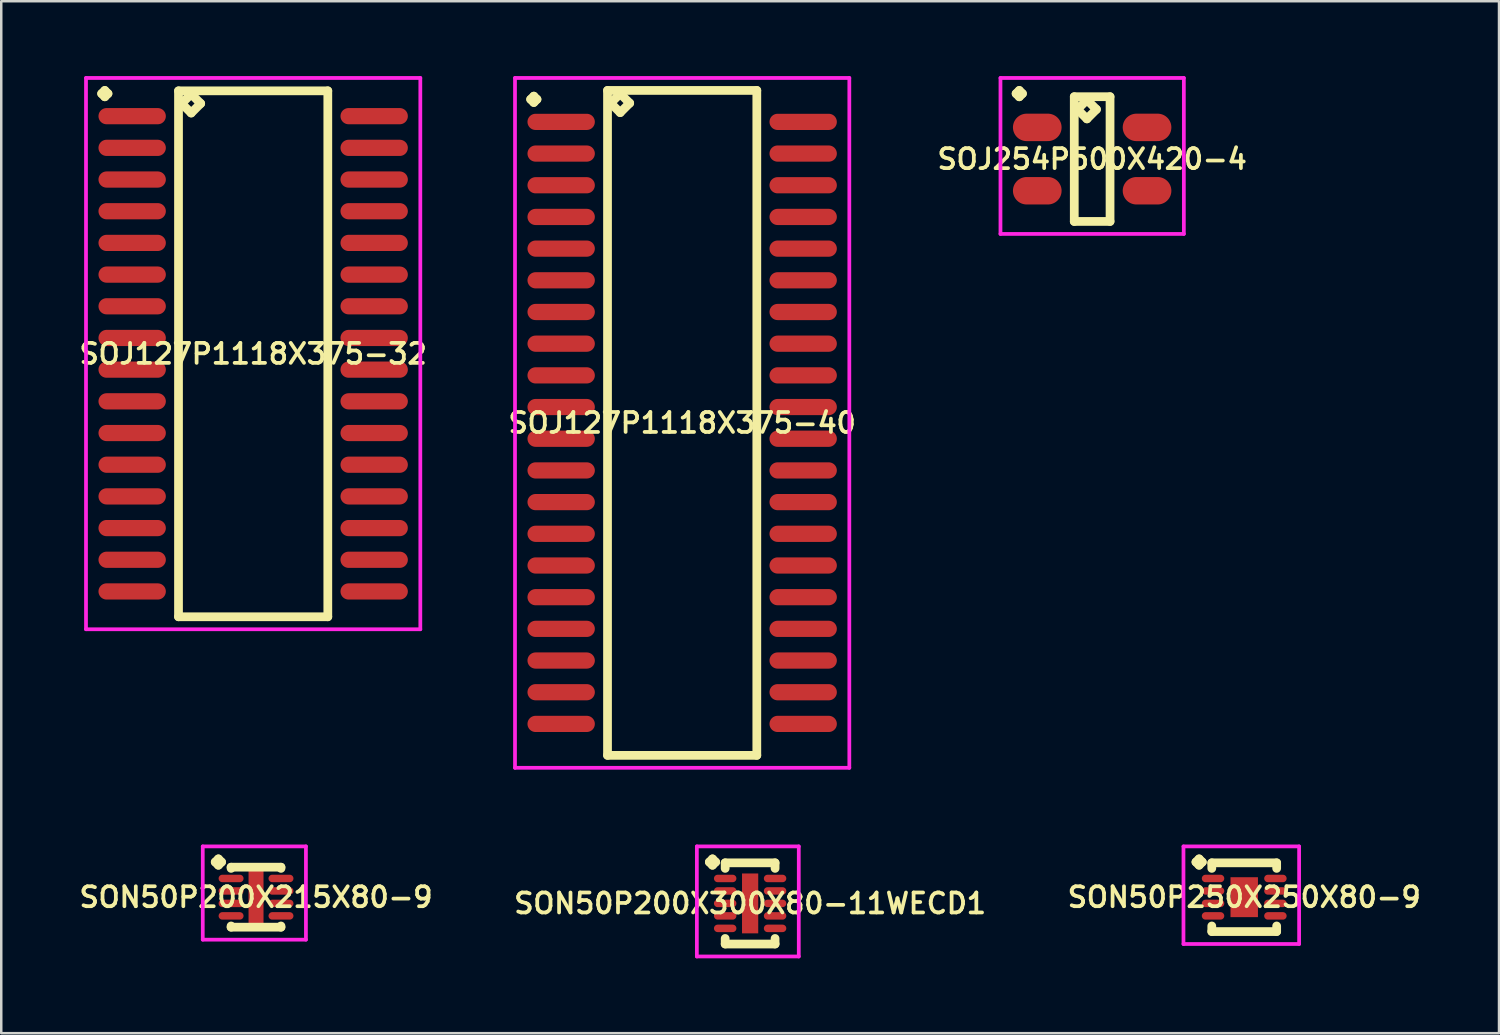
<source format=kicad_pcb>
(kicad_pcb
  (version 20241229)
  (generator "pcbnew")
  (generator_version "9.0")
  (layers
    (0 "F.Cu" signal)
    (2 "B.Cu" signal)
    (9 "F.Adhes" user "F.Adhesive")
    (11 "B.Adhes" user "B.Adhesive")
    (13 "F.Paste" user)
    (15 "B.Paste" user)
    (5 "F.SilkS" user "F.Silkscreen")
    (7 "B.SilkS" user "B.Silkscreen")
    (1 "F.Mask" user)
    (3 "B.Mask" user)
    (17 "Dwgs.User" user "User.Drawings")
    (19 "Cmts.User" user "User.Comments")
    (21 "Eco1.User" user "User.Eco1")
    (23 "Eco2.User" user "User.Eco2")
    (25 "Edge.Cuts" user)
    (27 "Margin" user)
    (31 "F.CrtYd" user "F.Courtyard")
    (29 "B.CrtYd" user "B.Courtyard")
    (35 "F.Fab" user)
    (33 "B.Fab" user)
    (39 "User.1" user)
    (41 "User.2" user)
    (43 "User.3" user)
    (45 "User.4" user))
  (footprint "SOJ254P500X420-4"
    (layer "F.Cu")
    (at 40.725 3.326)
    (property "Reference" "SOJ254P500X420-4" (at 0 0 0) (layer "F.SilkS") (effects (font (size 0.8 0.8) (thickness 0.15))))
    (attr through_hole)
    (fp_line (start -3.048 -2.624) (end -2.921 -2.751) (stroke (width 0.35) (type solid)) (layer "F.SilkS"))
    (fp_line (start -2.921 -2.751) (end -2.794 -2.624) (stroke (width 0.35) (type solid)) (layer "F.SilkS"))
    (fp_line (start -2.921 -2.497) (end -3.048 -2.624) (stroke (width 0.35) (type solid)) (layer "F.SilkS"))
    (fp_line (start -2.794 -2.624) (end -2.921 -2.497) (stroke (width 0.35) (type solid)) (layer "F.SilkS"))
    (fp_line (start -0.717 -2.5) (end -0.717 2.5) (stroke (width 0.35) (type solid)) (layer "F.SilkS"))
    (fp_line (start -0.717 2.5) (end 0.717 2.5) (stroke (width 0.35) (type solid)) (layer "F.SilkS"))
    (fp_line (start -0.59 -1.992) (end -0.209 -2.373) (stroke (width 0.35) (type solid)) (layer "F.SilkS"))
    (fp_line (start -0.209 -2.373) (end 0.172 -1.992) (stroke (width 0.35) (type solid)) (layer "F.SilkS"))
    (fp_line (start -0.209 -1.611) (end -0.59 -1.992) (stroke (width 0.35) (type solid)) (layer "F.SilkS"))
    (fp_line (start 0.172 -1.992) (end -0.209 -1.611) (stroke (width 0.35) (type solid)) (layer "F.SilkS"))
    (fp_line (start 0.717 -2.5) (end -0.717 -2.5) (stroke (width 0.35) (type solid)) (layer "F.SilkS"))
    (fp_line (start 0.717 2.5) (end 0.717 -2.5) (stroke (width 0.35) (type solid)) (layer "F.SilkS"))
    (fp_line (start -3.675 -3.251) (end 3.675 -3.251) (stroke (width 0.15) (type solid)) (layer "F.CrtYd"))
    (fp_line (start -3.675 3) (end -3.675 -3.251) (stroke (width 0.15) (type solid)) (layer "F.CrtYd"))
    (fp_line (start 3.675 -3.251) (end 3.675 3) (stroke (width 0.15) (type solid)) (layer "F.CrtYd"))
    (fp_line (start 3.675 3) (end -3.675 3) (stroke (width 0.15) (type solid)) (layer "F.CrtYd"))
    (pad "1" smd oval (at -2.2 -1.27) (size 1.95 1.1) (layers "F.Cu" "F.Mask" "F.Paste"))
    (pad "2" smd oval (at -2.2 1.27) (size 1.95 1.1) (layers "F.Cu" "F.Mask" "F.Paste"))
    (pad "3" smd oval (at 2.2 1.27) (size 1.95 1.1) (layers "F.Cu" "F.Mask" "F.Paste"))
    (pad "4" smd oval (at 2.2 -1.27) (size 1.95 1.1) (layers "F.Cu" "F.Mask" "F.Paste")))
  (footprint "SON50P250X250X80-9"
    (layer "F.Cu")
    (at 46.82 32.91)
    (property "Reference" "SON50P250X250X80-9" (at 0 0 0) (layer "F.SilkS") (effects (font (size 0.8 0.8) (thickness 0.15))))
    (attr through_hole)
    (fp_line (start -1.935 -1.408) (end -1.808 -1.535) (stroke (width 0.35) (type solid)) (layer "F.SilkS"))
    (fp_line (start -1.808 -1.535) (end -1.681 -1.408) (stroke (width 0.35) (type solid)) (layer "F.SilkS"))
    (fp_line (start -1.808 -1.281) (end -1.935 -1.408) (stroke (width 0.35) (type solid)) (layer "F.SilkS"))
    (fp_line (start -1.681 -1.408) (end -1.808 -1.281) (stroke (width 0.35) (type solid)) (layer "F.SilkS"))
    (fp_line (start -1.3 -1.377) (end 1.3 -1.377) (stroke (width 0.35) (type solid)) (layer "F.SilkS"))
    (fp_line (start -1.3 -1.154) (end -1.3 -1.377) (stroke (width 0.35) (type solid)) (layer "F.SilkS"))
    (fp_line (start -1.3 1.154) (end -1.3 1.377) (stroke (width 0.35) (type solid)) (layer "F.SilkS"))
    (fp_line (start -1.3 1.377) (end 1.3 1.377) (stroke (width 0.35) (type solid)) (layer "F.SilkS"))
    (fp_line (start 1.3 -1.377) (end 1.3 -1.154) (stroke (width 0.35) (type solid)) (layer "F.SilkS"))
    (fp_line (start 1.3 1.377) (end 1.3 1.154) (stroke (width 0.35) (type solid)) (layer "F.SilkS"))
    (fp_line (start -2.435 -2.035) (end 2.2 -2.035) (stroke (width 0.15) (type solid)) (layer "F.CrtYd"))
    (fp_line (start -2.435 1.877) (end -2.435 -2.035) (stroke (width 0.15) (type solid)) (layer "F.CrtYd"))
    (fp_line (start 2.2 -2.035) (end 2.2 1.877) (stroke (width 0.15) (type solid)) (layer "F.CrtYd"))
    (fp_line (start 2.2 1.877) (end -2.435 1.877) (stroke (width 0.15) (type solid)) (layer "F.CrtYd"))
    (pad "1" smd oval (at -1.25 -0.75) (size 0.9 0.3) (layers "F.Cu" "F.Mask" "F.Paste"))
    (pad "2" smd oval (at -1.25 -0.25) (size 0.9 0.3) (layers "F.Cu" "F.Mask" "F.Paste"))
    (pad "3" smd oval (at -1.25 0.25) (size 0.9 0.3) (layers "F.Cu" "F.Mask" "F.Paste"))
    (pad "4" smd oval (at -1.25 0.75) (size 0.9 0.3) (layers "F.Cu" "F.Mask" "F.Paste"))
    (pad "5" smd oval (at 1.25 0.75) (size 0.9 0.3) (layers "F.Cu" "F.Mask" "F.Paste"))
    (pad "6" smd oval (at 1.25 0.25) (size 0.9 0.3) (layers "F.Cu" "F.Mask" "F.Paste"))
    (pad "7" smd oval (at 1.25 -0.25) (size 0.9 0.3) (layers "F.Cu" "F.Mask" "F.Paste"))
    (pad "8" smd oval (at 1.25 -0.75) (size 0.9 0.3) (layers "F.Cu" "F.Mask" "F.Paste"))
    (pad "9" smd rect (at 0 0) (size 1.1 1.6) (layers "F.Cu" "F.Mask" "F.Paste")))
  (footprint "SOJ127P1118X375-32"
    (layer "F.Cu")
    (at 7.097 11.131)
    (property "Reference" "SOJ127P1118X375-32" (at 0 0 0) (layer "F.SilkS") (effects (font (size 0.8 0.8) (thickness 0.15))))
    (attr smd)
    (fp_line (start -6.073 -10.429) (end -5.946 -10.556) (stroke (width 0.35) (type solid)) (layer "F.SilkS"))
    (fp_line (start -5.946 -10.556) (end -5.819 -10.429) (stroke (width 0.35) (type solid)) (layer "F.SilkS"))
    (fp_line (start -5.946 -10.302) (end -6.073 -10.429) (stroke (width 0.35) (type solid)) (layer "F.SilkS"))
    (fp_line (start -5.819 -10.429) (end -5.946 -10.302) (stroke (width 0.35) (type solid)) (layer "F.SilkS"))
    (fp_line (start -2.992 -10.54) (end -2.992 10.54) (stroke (width 0.35) (type solid)) (layer "F.SilkS"))
    (fp_line (start -2.992 10.54) (end 2.992 10.54) (stroke (width 0.35) (type solid)) (layer "F.SilkS"))
    (fp_line (start -2.865 -10.032) (end -2.484 -10.413) (stroke (width 0.35) (type solid)) (layer "F.SilkS"))
    (fp_line (start -2.484 -10.413) (end -2.103 -10.032) (stroke (width 0.35) (type solid)) (layer "F.SilkS"))
    (fp_line (start -2.484 -9.651) (end -2.865 -10.032) (stroke (width 0.35) (type solid)) (layer "F.SilkS"))
    (fp_line (start -2.103 -10.032) (end -2.484 -9.651) (stroke (width 0.35) (type solid)) (layer "F.SilkS"))
    (fp_line (start 2.992 -10.54) (end -2.992 -10.54) (stroke (width 0.35) (type solid)) (layer "F.SilkS"))
    (fp_line (start 2.992 10.54) (end 2.992 -10.54) (stroke (width 0.35) (type solid)) (layer "F.SilkS"))
    (fp_line (start -6.7 -11.056) (end 6.7 -11.056) (stroke (width 0.15) (type solid)) (layer "F.CrtYd"))
    (fp_line (start -6.7 11.04) (end -6.7 -11.056) (stroke (width 0.15) (type solid)) (layer "F.CrtYd"))
    (fp_line (start 6.7 -11.056) (end 6.7 11.04) (stroke (width 0.15) (type solid)) (layer "F.CrtYd"))
    (fp_line (start 6.7 11.04) (end -6.7 11.04) (stroke (width 0.15) (type solid)) (layer "F.CrtYd"))
    (pad "1" smd oval (at -4.85 -9.525) (size 2.7 0.65) (layers "F.Cu" "F.Mask" "F.Paste"))
    (pad "2" smd oval (at -4.85 -8.255) (size 2.7 0.65) (layers "F.Cu" "F.Mask" "F.Paste"))
    (pad "3" smd oval (at -4.85 -6.985) (size 2.7 0.65) (layers "F.Cu" "F.Mask" "F.Paste"))
    (pad "4" smd oval (at -4.85 -5.715) (size 2.7 0.65) (layers "F.Cu" "F.Mask" "F.Paste"))
    (pad "5" smd oval (at -4.85 -4.445) (size 2.7 0.65) (layers "F.Cu" "F.Mask" "F.Paste"))
    (pad "6" smd oval (at -4.85 -3.175) (size 2.7 0.65) (layers "F.Cu" "F.Mask" "F.Paste"))
    (pad "7" smd oval (at -4.85 -1.905) (size 2.7 0.65) (layers "F.Cu" "F.Mask" "F.Paste"))
    (pad "8" smd oval (at -4.85 -0.635) (size 2.7 0.65) (layers "F.Cu" "F.Mask" "F.Paste"))
    (pad "9" smd oval (at -4.85 0.635) (size 2.7 0.65) (layers "F.Cu" "F.Mask" "F.Paste"))
    (pad "10" smd oval (at -4.85 1.905) (size 2.7 0.65) (layers "F.Cu" "F.Mask" "F.Paste"))
    (pad "11" smd oval (at -4.85 3.175) (size 2.7 0.65) (layers "F.Cu" "F.Mask" "F.Paste"))
    (pad "12" smd oval (at -4.85 4.445) (size 2.7 0.65) (layers "F.Cu" "F.Mask" "F.Paste"))
    (pad "13" smd oval (at -4.85 5.715) (size 2.7 0.65) (layers "F.Cu" "F.Mask" "F.Paste"))
    (pad "14" smd oval (at -4.85 6.985) (size 2.7 0.65) (layers "F.Cu" "F.Mask" "F.Paste"))
    (pad "15" smd oval (at -4.85 8.255) (size 2.7 0.65) (layers "F.Cu" "F.Mask" "F.Paste"))
    (pad "16" smd oval (at -4.85 9.525) (size 2.7 0.65) (layers "F.Cu" "F.Mask" "F.Paste"))
    (pad "17" smd oval (at 4.85 9.525) (size 2.7 0.65) (layers "F.Cu" "F.Mask" "F.Paste"))
    (pad "18" smd oval (at 4.85 8.255) (size 2.7 0.65) (layers "F.Cu" "F.Mask" "F.Paste"))
    (pad "19" smd oval (at 4.85 6.985) (size 2.7 0.65) (layers "F.Cu" "F.Mask" "F.Paste"))
    (pad "20" smd oval (at 4.85 5.715) (size 2.7 0.65) (layers "F.Cu" "F.Mask" "F.Paste"))
    (pad "21" smd oval (at 4.85 4.445) (size 2.7 0.65) (layers "F.Cu" "F.Mask" "F.Paste"))
    (pad "22" smd oval (at 4.85 3.175) (size 2.7 0.65) (layers "F.Cu" "F.Mask" "F.Paste"))
    (pad "23" smd oval (at 4.85 1.905) (size 2.7 0.65) (layers "F.Cu" "F.Mask" "F.Paste"))
    (pad "24" smd oval (at 4.85 0.635) (size 2.7 0.65) (layers "F.Cu" "F.Mask" "F.Paste"))
    (pad "25" smd oval (at 4.85 -0.635) (size 2.7 0.65) (layers "F.Cu" "F.Mask" "F.Paste"))
    (pad "26" smd oval (at 4.85 -1.905) (size 2.7 0.65) (layers "F.Cu" "F.Mask" "F.Paste"))
    (pad "27" smd oval (at 4.85 -3.175) (size 2.7 0.65) (layers "F.Cu" "F.Mask" "F.Paste"))
    (pad "28" smd oval (at 4.85 -4.445) (size 2.7 0.65) (layers "F.Cu" "F.Mask" "F.Paste"))
    (pad "29" smd oval (at 4.85 -5.715) (size 2.7 0.65) (layers "F.Cu" "F.Mask" "F.Paste"))
    (pad "30" smd oval (at 4.85 -6.985) (size 2.7 0.65) (layers "F.Cu" "F.Mask" "F.Paste"))
    (pad "31" smd oval (at 4.85 -8.255) (size 2.7 0.65) (layers "F.Cu" "F.Mask" "F.Paste"))
    (pad "32" smd oval (at 4.85 -9.525) (size 2.7 0.65) (layers "F.Cu" "F.Mask" "F.Paste")))
  (footprint "SOJ127P1118X375-40"
    (layer "F.Cu")
    (at 24.292 13.9)
    (property "Reference" "SOJ127P1118X375-40" (at 0 0 0) (layer "F.SilkS") (effects (font (size 0.8 0.8) (thickness 0.15))))
    (attr smd)
    (fp_line (start -6.073 -12.969) (end -5.946 -13.096) (stroke (width 0.35) (type solid)) (layer "F.SilkS"))
    (fp_line (start -5.946 -13.096) (end -5.819 -12.969) (stroke (width 0.35) (type solid)) (layer "F.SilkS"))
    (fp_line (start -5.946 -12.842) (end -6.073 -12.969) (stroke (width 0.35) (type solid)) (layer "F.SilkS"))
    (fp_line (start -5.819 -12.969) (end -5.946 -12.842) (stroke (width 0.35) (type solid)) (layer "F.SilkS"))
    (fp_line (start -2.992 -13.325) (end -2.992 13.325) (stroke (width 0.35) (type solid)) (layer "F.SilkS"))
    (fp_line (start -2.992 13.325) (end 2.992 13.325) (stroke (width 0.35) (type solid)) (layer "F.SilkS"))
    (fp_line (start -2.865 -12.817) (end -2.484 -13.198) (stroke (width 0.35) (type solid)) (layer "F.SilkS"))
    (fp_line (start -2.484 -13.198) (end -2.103 -12.817) (stroke (width 0.35) (type solid)) (layer "F.SilkS"))
    (fp_line (start -2.484 -12.436) (end -2.865 -12.817) (stroke (width 0.35) (type solid)) (layer "F.SilkS"))
    (fp_line (start -2.103 -12.817) (end -2.484 -12.436) (stroke (width 0.35) (type solid)) (layer "F.SilkS"))
    (fp_line (start 2.992 -13.325) (end -2.992 -13.325) (stroke (width 0.35) (type solid)) (layer "F.SilkS"))
    (fp_line (start 2.992 13.325) (end 2.992 -13.325) (stroke (width 0.35) (type solid)) (layer "F.SilkS"))
    (fp_line (start -6.7 -13.825) (end 6.7 -13.825) (stroke (width 0.15) (type solid)) (layer "F.CrtYd"))
    (fp_line (start -6.7 13.825) (end -6.7 -13.825) (stroke (width 0.15) (type solid)) (layer "F.CrtYd"))
    (fp_line (start 6.7 -13.825) (end 6.7 13.825) (stroke (width 0.15) (type solid)) (layer "F.CrtYd"))
    (fp_line (start 6.7 13.825) (end -6.7 13.825) (stroke (width 0.15) (type solid)) (layer "F.CrtYd"))
    (pad "1" smd oval (at -4.85 -12.065) (size 2.7 0.65) (layers "F.Cu" "F.Mask" "F.Paste"))
    (pad "2" smd oval (at -4.85 -10.795) (size 2.7 0.65) (layers "F.Cu" "F.Mask" "F.Paste"))
    (pad "3" smd oval (at -4.85 -9.525) (size 2.7 0.65) (layers "F.Cu" "F.Mask" "F.Paste"))
    (pad "4" smd oval (at -4.85 -8.255) (size 2.7 0.65) (layers "F.Cu" "F.Mask" "F.Paste"))
    (pad "5" smd oval (at -4.85 -6.985) (size 2.7 0.65) (layers "F.Cu" "F.Mask" "F.Paste"))
    (pad "6" smd oval (at -4.85 -5.715) (size 2.7 0.65) (layers "F.Cu" "F.Mask" "F.Paste"))
    (pad "7" smd oval (at -4.85 -4.445) (size 2.7 0.65) (layers "F.Cu" "F.Mask" "F.Paste"))
    (pad "8" smd oval (at -4.85 -3.175) (size 2.7 0.65) (layers "F.Cu" "F.Mask" "F.Paste"))
    (pad "9" smd oval (at -4.85 -1.905) (size 2.7 0.65) (layers "F.Cu" "F.Mask" "F.Paste"))
    (pad "10" smd oval (at -4.85 -0.635) (size 2.7 0.65) (layers "F.Cu" "F.Mask" "F.Paste"))
    (pad "11" smd oval (at -4.85 0.635) (size 2.7 0.65) (layers "F.Cu" "F.Mask" "F.Paste"))
    (pad "12" smd oval (at -4.85 1.905) (size 2.7 0.65) (layers "F.Cu" "F.Mask" "F.Paste"))
    (pad "13" smd oval (at -4.85 3.175) (size 2.7 0.65) (layers "F.Cu" "F.Mask" "F.Paste"))
    (pad "14" smd oval (at -4.85 4.445) (size 2.7 0.65) (layers "F.Cu" "F.Mask" "F.Paste"))
    (pad "15" smd oval (at -4.85 5.715) (size 2.7 0.65) (layers "F.Cu" "F.Mask" "F.Paste"))
    (pad "16" smd oval (at -4.85 6.985) (size 2.7 0.65) (layers "F.Cu" "F.Mask" "F.Paste"))
    (pad "17" smd oval (at -4.85 8.255) (size 2.7 0.65) (layers "F.Cu" "F.Mask" "F.Paste"))
    (pad "18" smd oval (at -4.85 9.525) (size 2.7 0.65) (layers "F.Cu" "F.Mask" "F.Paste"))
    (pad "19" smd oval (at -4.85 10.795) (size 2.7 0.65) (layers "F.Cu" "F.Mask" "F.Paste"))
    (pad "20" smd oval (at -4.85 12.065) (size 2.7 0.65) (layers "F.Cu" "F.Mask" "F.Paste"))
    (pad "21" smd oval (at 4.85 12.065) (size 2.7 0.65) (layers "F.Cu" "F.Mask" "F.Paste"))
    (pad "22" smd oval (at 4.85 10.795) (size 2.7 0.65) (layers "F.Cu" "F.Mask" "F.Paste"))
    (pad "23" smd oval (at 4.85 9.525) (size 2.7 0.65) (layers "F.Cu" "F.Mask" "F.Paste"))
    (pad "24" smd oval (at 4.85 8.255) (size 2.7 0.65) (layers "F.Cu" "F.Mask" "F.Paste"))
    (pad "25" smd oval (at 4.85 6.985) (size 2.7 0.65) (layers "F.Cu" "F.Mask" "F.Paste"))
    (pad "26" smd oval (at 4.85 5.715) (size 2.7 0.65) (layers "F.Cu" "F.Mask" "F.Paste"))
    (pad "27" smd oval (at 4.85 4.445) (size 2.7 0.65) (layers "F.Cu" "F.Mask" "F.Paste"))
    (pad "28" smd oval (at 4.85 3.175) (size 2.7 0.65) (layers "F.Cu" "F.Mask" "F.Paste"))
    (pad "29" smd oval (at 4.85 1.905) (size 2.7 0.65) (layers "F.Cu" "F.Mask" "F.Paste"))
    (pad "30" smd oval (at 4.85 0.635) (size 2.7 0.65) (layers "F.Cu" "F.Mask" "F.Paste"))
    (pad "31" smd oval (at 4.85 -0.635) (size 2.7 0.65) (layers "F.Cu" "F.Mask" "F.Paste"))
    (pad "32" smd oval (at 4.85 -1.905) (size 2.7 0.65) (layers "F.Cu" "F.Mask" "F.Paste"))
    (pad "33" smd oval (at 4.85 -3.175) (size 2.7 0.65) (layers "F.Cu" "F.Mask" "F.Paste"))
    (pad "34" smd oval (at 4.85 -4.445) (size 2.7 0.65) (layers "F.Cu" "F.Mask" "F.Paste"))
    (pad "35" smd oval (at 4.85 -5.715) (size 2.7 0.65) (layers "F.Cu" "F.Mask" "F.Paste"))
    (pad "36" smd oval (at 4.85 -6.985) (size 2.7 0.65) (layers "F.Cu" "F.Mask" "F.Paste"))
    (pad "37" smd oval (at 4.85 -8.255) (size 2.7 0.65) (layers "F.Cu" "F.Mask" "F.Paste"))
    (pad "38" smd oval (at 4.85 -9.525) (size 2.7 0.65) (layers "F.Cu" "F.Mask" "F.Paste"))
    (pad "39" smd oval (at 4.85 -10.795) (size 2.7 0.65) (layers "F.Cu" "F.Mask" "F.Paste"))
    (pad "40" smd oval (at 4.85 -12.065) (size 2.7 0.65) (layers "F.Cu" "F.Mask" "F.Paste")))
  (footprint "SON50P200X300X80-11WECD1"
    (layer "F.Cu")
    (at 27.016 33.16)
    (property "Reference" "SON50P200X300X80-11WECD1" (at 0 0 0) (layer "F.SilkS") (effects (font (size 0.8 0.8) (thickness 0.15))))
    (attr smd)
    (fp_line (start -1.635 -1.658) (end -1.508 -1.785) (stroke (width 0.35) (type solid)) (layer "F.SilkS"))
    (fp_line (start -1.508 -1.785) (end -1.381 -1.658) (stroke (width 0.35) (type solid)) (layer "F.SilkS"))
    (fp_line (start -1.508 -1.531) (end -1.635 -1.658) (stroke (width 0.35) (type solid)) (layer "F.SilkS"))
    (fp_line (start -1.381 -1.658) (end -1.508 -1.531) (stroke (width 0.35) (type solid)) (layer "F.SilkS"))
    (fp_line (start -1 -1.627) (end 1 -1.627) (stroke (width 0.35) (type solid)) (layer "F.SilkS"))
    (fp_line (start -1 -1.404) (end -1 -1.627) (stroke (width 0.35) (type solid)) (layer "F.SilkS"))
    (fp_line (start -1 1.404) (end -1 1.627) (stroke (width 0.35) (type solid)) (layer "F.SilkS"))
    (fp_line (start -1 1.627) (end 1 1.627) (stroke (width 0.35) (type solid)) (layer "F.SilkS"))
    (fp_line (start 1 -1.627) (end 1 -1.404) (stroke (width 0.35) (type solid)) (layer "F.SilkS"))
    (fp_line (start 1 1.627) (end 1 1.404) (stroke (width 0.35) (type solid)) (layer "F.SilkS"))
    (fp_line (start -2.135 -2.285) (end 1.95 -2.285) (stroke (width 0.15) (type solid)) (layer "F.CrtYd"))
    (fp_line (start -2.135 2.127) (end -2.135 -2.285) (stroke (width 0.15) (type solid)) (layer "F.CrtYd"))
    (fp_line (start 1.95 -2.285) (end 1.95 2.127) (stroke (width 0.15) (type solid)) (layer "F.CrtYd"))
    (fp_line (start 1.95 2.127) (end -2.135 2.127) (stroke (width 0.15) (type solid)) (layer "F.CrtYd"))
    (pad "1" smd oval (at -1 -1) (size 0.9 0.3) (layers "F.Cu" "F.Mask" "F.Paste"))
    (pad "2" smd oval (at -1 -0.5) (size 0.9 0.3) (layers "F.Cu" "F.Mask" "F.Paste"))
    (pad "3" smd oval (at -1 0) (size 0.9 0.3) (layers "F.Cu" "F.Mask" "F.Paste"))
    (pad "4" smd oval (at -1 0.5) (size 0.9 0.3) (layers "F.Cu" "F.Mask" "F.Paste"))
    (pad "5" smd oval (at -1 1) (size 0.9 0.3) (layers "F.Cu" "F.Mask" "F.Paste"))
    (pad "6" smd oval (at 1 1) (size 0.9 0.3) (layers "F.Cu" "F.Mask" "F.Paste"))
    (pad "7" smd oval (at 1 0.5) (size 0.9 0.3) (layers "F.Cu" "F.Mask" "F.Paste"))
    (pad "8" smd oval (at 1 0) (size 0.9 0.3) (layers "F.Cu" "F.Mask" "F.Paste"))
    (pad "9" smd oval (at 1 -0.5) (size 0.9 0.3) (layers "F.Cu" "F.Mask" "F.Paste"))
    (pad "10" smd oval (at 1 -1) (size 0.9 0.3) (layers "F.Cu" "F.Mask" "F.Paste"))
    (pad "11" smd rect (at 0 0) (size 0.65 2.4) (layers "F.Cu" "F.Mask" "F.Paste")))
  (footprint "SON50P200X215X80-9"
    (layer "F.Cu")
    (at 7.212 32.91)
    (property "Reference" "SON50P200X215X80-9" (at 0 0 0) (layer "F.SilkS") (effects (font (size 0.8 0.8) (thickness 0.15))))
    (attr smd)
    (fp_line (start -1.635 -1.408) (end -1.508 -1.535) (stroke (width 0.35) (type solid)) (layer "F.SilkS"))
    (fp_line (start -1.508 -1.535) (end -1.381 -1.408) (stroke (width 0.35) (type solid)) (layer "F.SilkS"))
    (fp_line (start -1.508 -1.281) (end -1.635 -1.408) (stroke (width 0.35) (type solid)) (layer "F.SilkS"))
    (fp_line (start -1.381 -1.408) (end -1.508 -1.281) (stroke (width 0.35) (type solid)) (layer "F.SilkS"))
    (fp_line (start -1 -1.202) (end 1 -1.202) (stroke (width 0.35) (type solid)) (layer "F.SilkS"))
    (fp_line (start -1 -1.154) (end -1 -1.202) (stroke (width 0.35) (type solid)) (layer "F.SilkS"))
    (fp_line (start -1 1.154) (end -1 1.202) (stroke (width 0.35) (type solid)) (layer "F.SilkS"))
    (fp_line (start -1 1.202) (end 1 1.202) (stroke (width 0.35) (type solid)) (layer "F.SilkS"))
    (fp_line (start 1 -1.202) (end 1 -1.154) (stroke (width 0.35) (type solid)) (layer "F.SilkS"))
    (fp_line (start 1 1.202) (end 1 1.154) (stroke (width 0.35) (type solid)) (layer "F.SilkS"))
    (fp_line (start -2.135 -2.035) (end 2 -2.035) (stroke (width 0.15) (type solid)) (layer "F.CrtYd"))
    (fp_line (start -2.135 1.702) (end -2.135 -2.035) (stroke (width 0.15) (type solid)) (layer "F.CrtYd"))
    (fp_line (start 2 -2.035) (end 2 1.702) (stroke (width 0.15) (type solid)) (layer "F.CrtYd"))
    (fp_line (start 2 1.702) (end -2.135 1.702) (stroke (width 0.15) (type solid)) (layer "F.CrtYd"))
    (pad "1" smd oval (at -1 -0.75) (size 1 0.3) (layers "F.Cu" "F.Mask" "F.Paste"))
    (pad "2" smd oval (at -1 -0.25) (size 1 0.3) (layers "F.Cu" "F.Mask" "F.Paste"))
    (pad "3" smd oval (at -1 0.25) (size 1 0.3) (layers "F.Cu" "F.Mask" "F.Paste"))
    (pad "4" smd oval (at -1 0.75) (size 1 0.3) (layers "F.Cu" "F.Mask" "F.Paste"))
    (pad "5" smd oval (at 1 0.75) (size 1 0.3) (layers "F.Cu" "F.Mask" "F.Paste"))
    (pad "6" smd oval (at 1 0.25) (size 1 0.3) (layers "F.Cu" "F.Mask" "F.Paste"))
    (pad "7" smd oval (at 1 -0.25) (size 1 0.3) (layers "F.Cu" "F.Mask" "F.Paste"))
    (pad "8" smd oval (at 1 -0.75) (size 1 0.3) (layers "F.Cu" "F.Mask" "F.Paste"))
    (pad "9" smd rect (at 0 0) (size 0.6 2.2) (layers "F.Cu" "F.Mask" "F.Paste")))
  (gr_rect
    (start -3 -3)
    (end 57.032 38.362)
    (stroke (width 0.1) (type default))
    (fill no)
    (layer "Edge.Cuts")))
</source>
